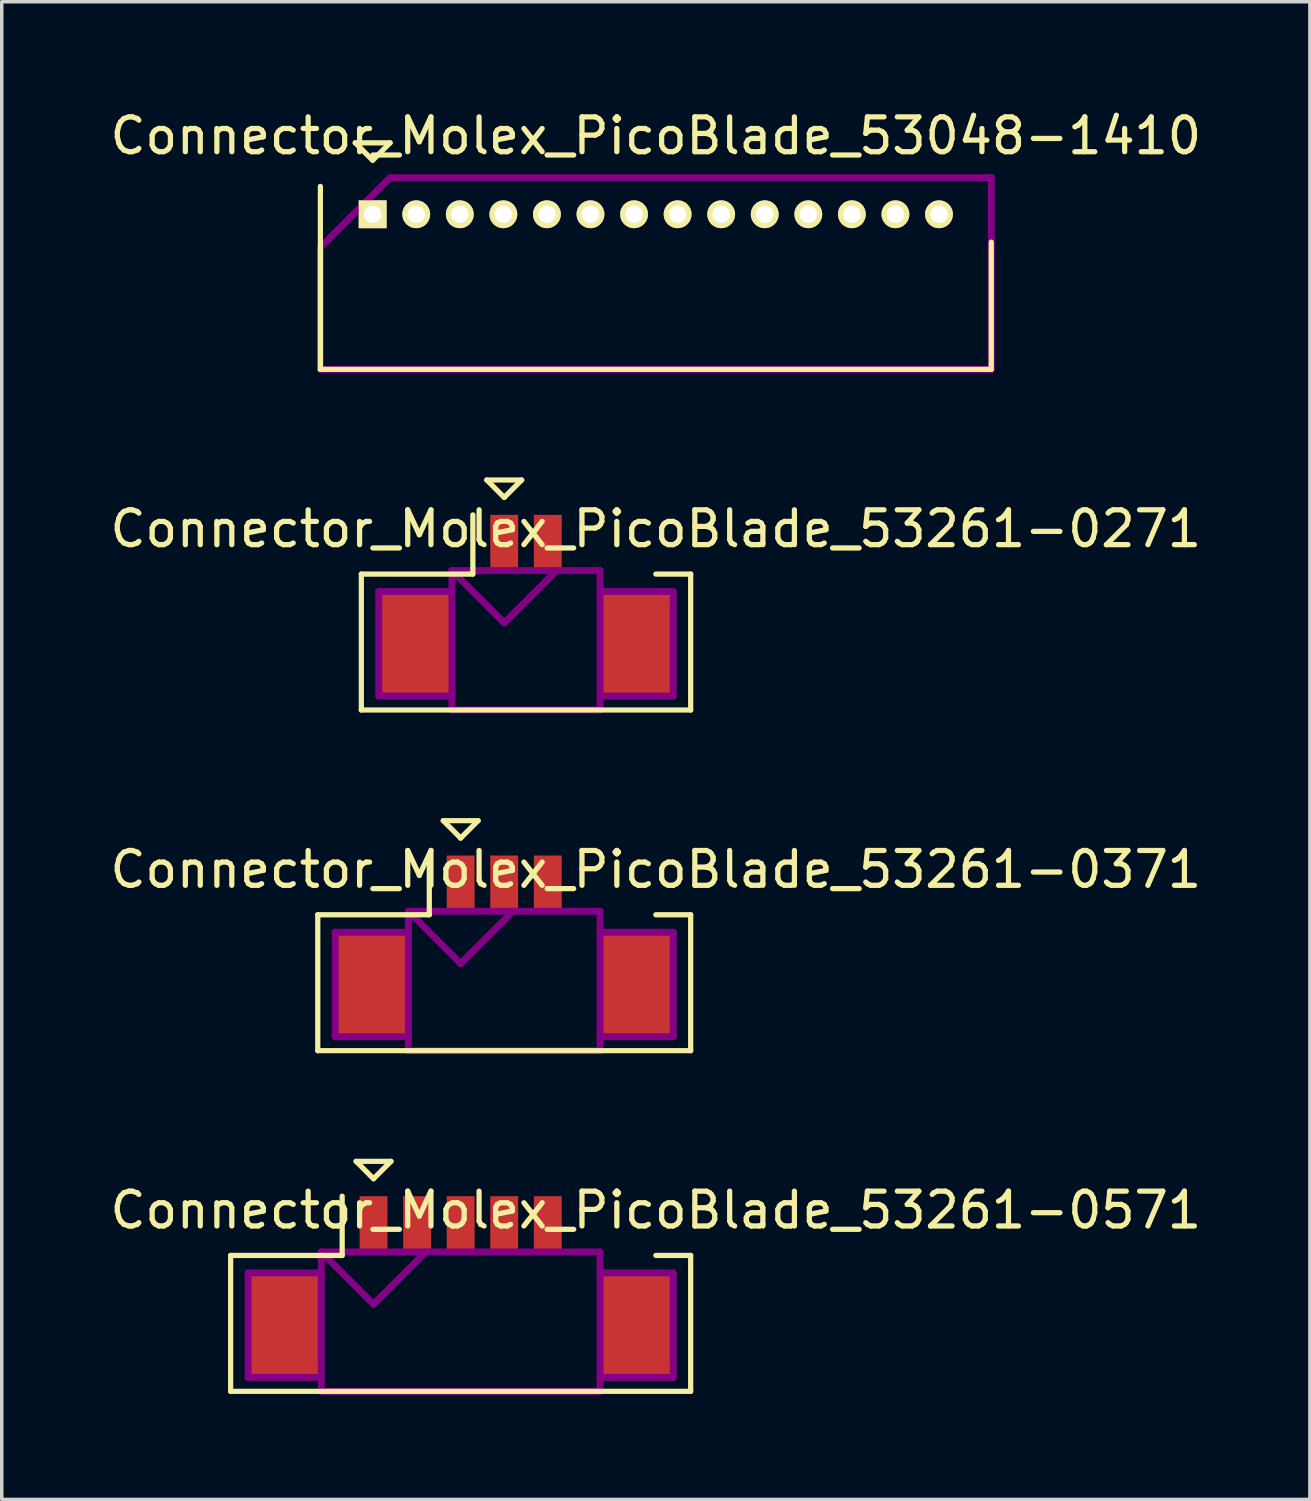
<source format=kicad_pcb>
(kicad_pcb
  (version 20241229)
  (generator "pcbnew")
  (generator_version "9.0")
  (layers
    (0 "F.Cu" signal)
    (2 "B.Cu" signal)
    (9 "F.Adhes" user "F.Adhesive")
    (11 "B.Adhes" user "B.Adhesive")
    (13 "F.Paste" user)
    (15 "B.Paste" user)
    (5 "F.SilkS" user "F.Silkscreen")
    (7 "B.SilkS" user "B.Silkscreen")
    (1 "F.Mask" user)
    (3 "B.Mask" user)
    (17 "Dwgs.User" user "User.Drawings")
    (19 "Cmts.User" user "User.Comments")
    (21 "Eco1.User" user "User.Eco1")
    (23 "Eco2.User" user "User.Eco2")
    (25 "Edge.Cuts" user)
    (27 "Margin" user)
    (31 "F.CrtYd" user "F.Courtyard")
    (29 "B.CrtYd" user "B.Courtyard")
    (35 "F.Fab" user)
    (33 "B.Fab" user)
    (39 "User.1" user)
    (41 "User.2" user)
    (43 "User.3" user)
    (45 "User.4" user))
  (footprint "Connector_Molex_PicoBlade_53048-1410"
    (layer "F.Cu")
    (at 7.643 3.098)
    (property "Reference" "Connector_Molex_PicoBlade_53048-1410" (at 8.125 -2.25 0) (layer "F.SilkS") (effects (font (size 1 1) (thickness 0.15))))
    (attr through_hole)
    (fp_line (start -1.5 -0.8) (end -1.5 4.45) (stroke (width 0.15) (type solid)) (layer "F.SilkS"))
    (fp_line (start -1.5 4.45) (end 17.75 4.45) (stroke (width 0.15) (type solid)) (layer "F.SilkS"))
    (fp_line (start -0.5 -2.05) (end 0.5 -2.05) (stroke (width 0.15) (type solid)) (layer "F.SilkS"))
    (fp_line (start 0 -1.55) (end -0.5 -2.05) (stroke (width 0.15) (type solid)) (layer "F.SilkS"))
    (fp_line (start 0.5 -2.05) (end 0 -1.55) (stroke (width 0.15) (type solid)) (layer "F.SilkS"))
    (fp_line (start 17.75 4.45) (end 17.75 0.8) (stroke (width 0.15) (type solid)) (layer "F.SilkS"))
    (fp_line (start -1.5 0.95) (end -1.5 4.45) (stroke (width 0.2) (type solid)) (layer "F.Adhes"))
    (fp_line (start -1.5 4.45) (end 17.75 4.45) (stroke (width 0.2) (type solid)) (layer "F.Adhes"))
    (fp_line (start 0.5 -1.05) (end -1.5 0.95) (stroke (width 0.2) (type solid)) (layer "F.Adhes"))
    (fp_line (start 17.75 -1.05) (end 0.5 -1.05) (stroke (width 0.2) (type solid)) (layer "F.Adhes"))
    (fp_line (start 17.75 4.45) (end 17.75 -1.05) (stroke (width 0.2) (type solid)) (layer "F.Adhes"))
    (pad "1" thru_hole rect (at 0 0) (size 0.8 0.8) (drill 0.5) (layers "*.Cu" "*.Mask" "F.SilkS"))
    (pad "2" thru_hole oval (at 1.25 0) (size 0.8 0.8) (drill 0.5) (layers "*.Cu" "*.Mask" "F.SilkS"))
    (pad "3" thru_hole oval (at 2.5 0) (size 0.8 0.8) (drill 0.5) (layers "*.Cu" "*.Mask" "F.SilkS"))
    (pad "4" thru_hole oval (at 3.75 0) (size 0.8 0.8) (drill 0.5) (layers "*.Cu" "*.Mask" "F.SilkS"))
    (pad "5" thru_hole oval (at 5 0) (size 0.8 0.8) (drill 0.5) (layers "*.Cu" "*.Mask" "F.SilkS"))
    (pad "6" thru_hole oval (at 6.25 0) (size 0.8 0.8) (drill 0.5) (layers "*.Cu" "*.Mask" "F.SilkS"))
    (pad "7" thru_hole oval (at 7.5 0) (size 0.8 0.8) (drill 0.5) (layers "*.Cu" "*.Mask" "F.SilkS"))
    (pad "8" thru_hole oval (at 8.75 0) (size 0.8 0.8) (drill 0.5) (layers "*.Cu" "*.Mask" "F.SilkS"))
    (pad "9" thru_hole oval (at 10 0) (size 0.8 0.8) (drill 0.5) (layers "*.Cu" "*.Mask" "F.SilkS"))
    (pad "10" thru_hole oval (at 11.25 0) (size 0.8 0.8) (drill 0.5) (layers "*.Cu" "*.Mask" "F.SilkS"))
    (pad "11" thru_hole oval (at 12.5 0) (size 0.8 0.8) (drill 0.5) (layers "*.Cu" "*.Mask" "F.SilkS"))
    (pad "12" thru_hole oval (at 13.75 0) (size 0.8 0.8) (drill 0.5) (layers "*.Cu" "*.Mask" "F.SilkS"))
    (pad "13" thru_hole oval (at 15 0) (size 0.8 0.8) (drill 0.5) (layers "*.Cu" "*.Mask" "F.SilkS"))
    (pad "14" thru_hole oval (at 16.25 0) (size 0.8 0.8) (drill 0.5) (layers "*.Cu" "*.Mask" "F.SilkS")))
  (footprint "Connector_Molex_PicoBlade_53261-0371"
    (layer "F.Cu")
    (at 11.418 25.198)
    (property "Reference" "Connector_Molex_PicoBlade_53261-0371" (at 4.35 -3.3 0) (layer "F.SilkS") (effects (font (size 1 1) (thickness 0.15))))
    (attr through_hole)
    (fp_line (start -5.35 -2) (end -5.35 1.9) (stroke (width 0.15) (type solid)) (layer "F.SilkS"))
    (fp_line (start -5.35 1.9) (end 5.35 1.9) (stroke (width 0.15) (type solid)) (layer "F.SilkS"))
    (fp_line (start -2.15 -3.7) (end -2.15 -2) (stroke (width 0.15) (type solid)) (layer "F.SilkS"))
    (fp_line (start -2.15 -2) (end -5.35 -2) (stroke (width 0.15) (type solid)) (layer "F.SilkS"))
    (fp_line (start -1.75 -4.7) (end -0.75 -4.7) (stroke (width 0.15) (type solid)) (layer "F.SilkS"))
    (fp_line (start -1.25 -4.2) (end -1.75 -4.7) (stroke (width 0.15) (type solid)) (layer "F.SilkS"))
    (fp_line (start -0.75 -4.7) (end -1.25 -4.2) (stroke (width 0.15) (type solid)) (layer "F.SilkS"))
    (fp_line (start 5.35 -2) (end 4.35 -2) (stroke (width 0.15) (type solid)) (layer "F.SilkS"))
    (fp_line (start 5.35 1.9) (end 5.35 -2) (stroke (width 0.15) (type solid)) (layer "F.SilkS"))
    (fp_line (start -4.85 -1.5) (end -4.85 1.5) (stroke (width 0.2) (type solid)) (layer "F.Adhes"))
    (fp_line (start -4.85 1.5) (end -2.75 1.5) (stroke (width 0.2) (type solid)) (layer "F.Adhes"))
    (fp_line (start -2.75 -2.1) (end -2.75 1.9) (stroke (width 0.2) (type solid)) (layer "F.Adhes"))
    (fp_line (start -2.75 -2.1) (end -1.25 -0.6) (stroke (width 0.2) (type solid)) (layer "F.Adhes"))
    (fp_line (start -2.75 -1.5) (end -4.85 -1.5) (stroke (width 0.2) (type solid)) (layer "F.Adhes"))
    (fp_line (start -2.75 1.9) (end 2.75 1.9) (stroke (width 0.2) (type solid)) (layer "F.Adhes"))
    (fp_line (start -1.25 -0.6) (end 0.25 -2.1) (stroke (width 0.2) (type solid)) (layer "F.Adhes"))
    (fp_line (start 2.75 -2.1) (end -2.75 -2.1) (stroke (width 0.2) (type solid)) (layer "F.Adhes"))
    (fp_line (start 2.75 -1.5) (end 4.85 -1.5) (stroke (width 0.2) (type solid)) (layer "F.Adhes"))
    (fp_line (start 2.75 1.9) (end 2.75 -2.1) (stroke (width 0.2) (type solid)) (layer "F.Adhes"))
    (fp_line (start 4.85 -1.5) (end 4.85 1.5) (stroke (width 0.2) (type solid)) (layer "F.Adhes"))
    (fp_line (start 4.85 1.5) (end 2.75 1.5) (stroke (width 0.2) (type solid)) (layer "F.Adhes"))
    (pad "" smd rect (at -3.8 0) (size 2.1 3) (layers "F.Cu" "F.Mask" "F.Paste"))
    (pad "" smd rect (at 3.8 0) (size 2.1 3) (layers "F.Cu" "F.Mask" "F.Paste"))
    (pad "1" smd rect (at -1.25 -2.9) (size 0.8 1.6) (layers "F.Cu" "F.Mask" "F.Paste"))
    (pad "2" smd rect (at 0 -2.9) (size 0.8 1.6) (layers "F.Cu" "F.Mask" "F.Paste"))
    (pad "3" smd rect (at 1.25 -2.9) (size 0.8 1.6) (layers "F.Cu" "F.Mask" "F.Paste")))
  (footprint "Connector_Molex_PicoBlade_53261-0271"
    (layer "F.Cu")
    (at 12.043 15.423)
    (property "Reference" "Connector_Molex_PicoBlade_53261-0271" (at 3.725 -3.3 0) (layer "F.SilkS") (effects (font (size 1 1) (thickness 0.15))))
    (attr through_hole)
    (fp_line (start -4.725 -2) (end -4.725 1.9) (stroke (width 0.15) (type solid)) (layer "F.SilkS"))
    (fp_line (start -4.725 1.9) (end 4.725 1.9) (stroke (width 0.15) (type solid)) (layer "F.SilkS"))
    (fp_line (start -1.525 -3.7) (end -1.525 -2) (stroke (width 0.15) (type solid)) (layer "F.SilkS"))
    (fp_line (start -1.525 -2) (end -4.725 -2) (stroke (width 0.15) (type solid)) (layer "F.SilkS"))
    (fp_line (start -1.125 -4.7) (end -0.125 -4.7) (stroke (width 0.15) (type solid)) (layer "F.SilkS"))
    (fp_line (start -0.625 -4.2) (end -1.125 -4.7) (stroke (width 0.15) (type solid)) (layer "F.SilkS"))
    (fp_line (start -0.125 -4.7) (end -0.625 -4.2) (stroke (width 0.15) (type solid)) (layer "F.SilkS"))
    (fp_line (start 4.725 -2) (end 3.725 -2) (stroke (width 0.15) (type solid)) (layer "F.SilkS"))
    (fp_line (start 4.725 1.9) (end 4.725 -2) (stroke (width 0.15) (type solid)) (layer "F.SilkS"))
    (fp_line (start -4.225 -1.5) (end -4.225 1.5) (stroke (width 0.2) (type solid)) (layer "F.Adhes"))
    (fp_line (start -4.225 1.5) (end -2.125 1.5) (stroke (width 0.2) (type solid)) (layer "F.Adhes"))
    (fp_line (start -2.125 -2.1) (end -2.125 1.9) (stroke (width 0.2) (type solid)) (layer "F.Adhes"))
    (fp_line (start -2.125 -2.1) (end -0.625 -0.6) (stroke (width 0.2) (type solid)) (layer "F.Adhes"))
    (fp_line (start -2.125 -1.5) (end -4.225 -1.5) (stroke (width 0.2) (type solid)) (layer "F.Adhes"))
    (fp_line (start -2.125 1.9) (end 2.125 1.9) (stroke (width 0.2) (type solid)) (layer "F.Adhes"))
    (fp_line (start -0.625 -0.6) (end 0.875 -2.1) (stroke (width 0.2) (type solid)) (layer "F.Adhes"))
    (fp_line (start 2.125 -2.1) (end -2.125 -2.1) (stroke (width 0.2) (type solid)) (layer "F.Adhes"))
    (fp_line (start 2.125 -1.5) (end 4.225 -1.5) (stroke (width 0.2) (type solid)) (layer "F.Adhes"))
    (fp_line (start 2.125 1.9) (end 2.125 -2.1) (stroke (width 0.2) (type solid)) (layer "F.Adhes"))
    (fp_line (start 4.225 -1.5) (end 4.225 1.5) (stroke (width 0.2) (type solid)) (layer "F.Adhes"))
    (fp_line (start 4.225 1.5) (end 2.125 1.5) (stroke (width 0.2) (type solid)) (layer "F.Adhes"))
    (pad "" smd rect (at -3.175 0) (size 2.1 3) (layers "F.Cu" "F.Mask" "F.Paste"))
    (pad "" smd rect (at 3.175 0) (size 2.1 3) (layers "F.Cu" "F.Mask" "F.Paste"))
    (pad "1" smd rect (at -0.625 -2.9) (size 0.8 1.6) (layers "F.Cu" "F.Mask" "F.Paste"))
    (pad "2" smd rect (at 0.625 -2.9) (size 0.8 1.6) (layers "F.Cu" "F.Mask" "F.Paste")))
  (footprint "Connector_Molex_PicoBlade_53261-0571"
    (layer "F.Cu")
    (at 10.168 34.973)
    (property "Reference" "Connector_Molex_PicoBlade_53261-0571" (at 5.6 -3.3 0) (layer "F.SilkS") (effects (font (size 1 1) (thickness 0.15))))
    (attr through_hole)
    (fp_line (start -6.6 -2) (end -6.6 1.9) (stroke (width 0.15) (type solid)) (layer "F.SilkS"))
    (fp_line (start -6.6 1.9) (end 6.6 1.9) (stroke (width 0.15) (type solid)) (layer "F.SilkS"))
    (fp_line (start -3.4 -3.7) (end -3.4 -2) (stroke (width 0.15) (type solid)) (layer "F.SilkS"))
    (fp_line (start -3.4 -2) (end -6.6 -2) (stroke (width 0.15) (type solid)) (layer "F.SilkS"))
    (fp_line (start -3 -4.7) (end -2 -4.7) (stroke (width 0.15) (type solid)) (layer "F.SilkS"))
    (fp_line (start -2.5 -4.2) (end -3 -4.7) (stroke (width 0.15) (type solid)) (layer "F.SilkS"))
    (fp_line (start -2 -4.7) (end -2.5 -4.2) (stroke (width 0.15) (type solid)) (layer "F.SilkS"))
    (fp_line (start 6.6 -2) (end 5.6 -2) (stroke (width 0.15) (type solid)) (layer "F.SilkS"))
    (fp_line (start 6.6 1.9) (end 6.6 -2) (stroke (width 0.15) (type solid)) (layer "F.SilkS"))
    (fp_line (start -6.1 -1.5) (end -6.1 1.5) (stroke (width 0.2) (type solid)) (layer "F.Adhes"))
    (fp_line (start -6.1 1.5) (end -4 1.5) (stroke (width 0.2) (type solid)) (layer "F.Adhes"))
    (fp_line (start -4 -2.1) (end -4 1.9) (stroke (width 0.2) (type solid)) (layer "F.Adhes"))
    (fp_line (start -4 -2.1) (end -2.5 -0.6) (stroke (width 0.2) (type solid)) (layer "F.Adhes"))
    (fp_line (start -4 -1.5) (end -6.1 -1.5) (stroke (width 0.2) (type solid)) (layer "F.Adhes"))
    (fp_line (start -4 1.9) (end 4 1.9) (stroke (width 0.2) (type solid)) (layer "F.Adhes"))
    (fp_line (start -2.5 -0.6) (end -1 -2.1) (stroke (width 0.2) (type solid)) (layer "F.Adhes"))
    (fp_line (start 4 -2.1) (end -4 -2.1) (stroke (width 0.2) (type solid)) (layer "F.Adhes"))
    (fp_line (start 4 -1.5) (end 6.1 -1.5) (stroke (width 0.2) (type solid)) (layer "F.Adhes"))
    (fp_line (start 4 1.9) (end 4 -2.1) (stroke (width 0.2) (type solid)) (layer "F.Adhes"))
    (fp_line (start 6.1 -1.5) (end 6.1 1.5) (stroke (width 0.2) (type solid)) (layer "F.Adhes"))
    (fp_line (start 6.1 1.5) (end 4 1.5) (stroke (width 0.2) (type solid)) (layer "F.Adhes"))
    (pad "" smd rect (at -5.05 0) (size 2.1 3) (layers "F.Cu" "F.Mask" "F.Paste"))
    (pad "" smd rect (at 5.05 0) (size 2.1 3) (layers "F.Cu" "F.Mask" "F.Paste"))
    (pad "1" smd rect (at -2.5 -2.9) (size 0.8 1.6) (layers "F.Cu" "F.Mask" "F.Paste"))
    (pad "2" smd rect (at -1.25 -2.9) (size 0.8 1.6) (layers "F.Cu" "F.Mask" "F.Paste"))
    (pad "3" smd rect (at 0 -2.9) (size 0.8 1.6) (layers "F.Cu" "F.Mask" "F.Paste"))
    (pad "4" smd rect (at 1.25 -2.9) (size 0.8 1.6) (layers "F.Cu" "F.Mask" "F.Paste"))
    (pad "5" smd rect (at 2.5 -2.9) (size 0.8 1.6) (layers "F.Cu" "F.Mask" "F.Paste")))
  (gr_rect
    (start -3 -3)
    (end 34.536 39.973)
    (stroke (width 0.1) (type default))
    (fill no)
    (layer "Edge.Cuts")))
</source>
